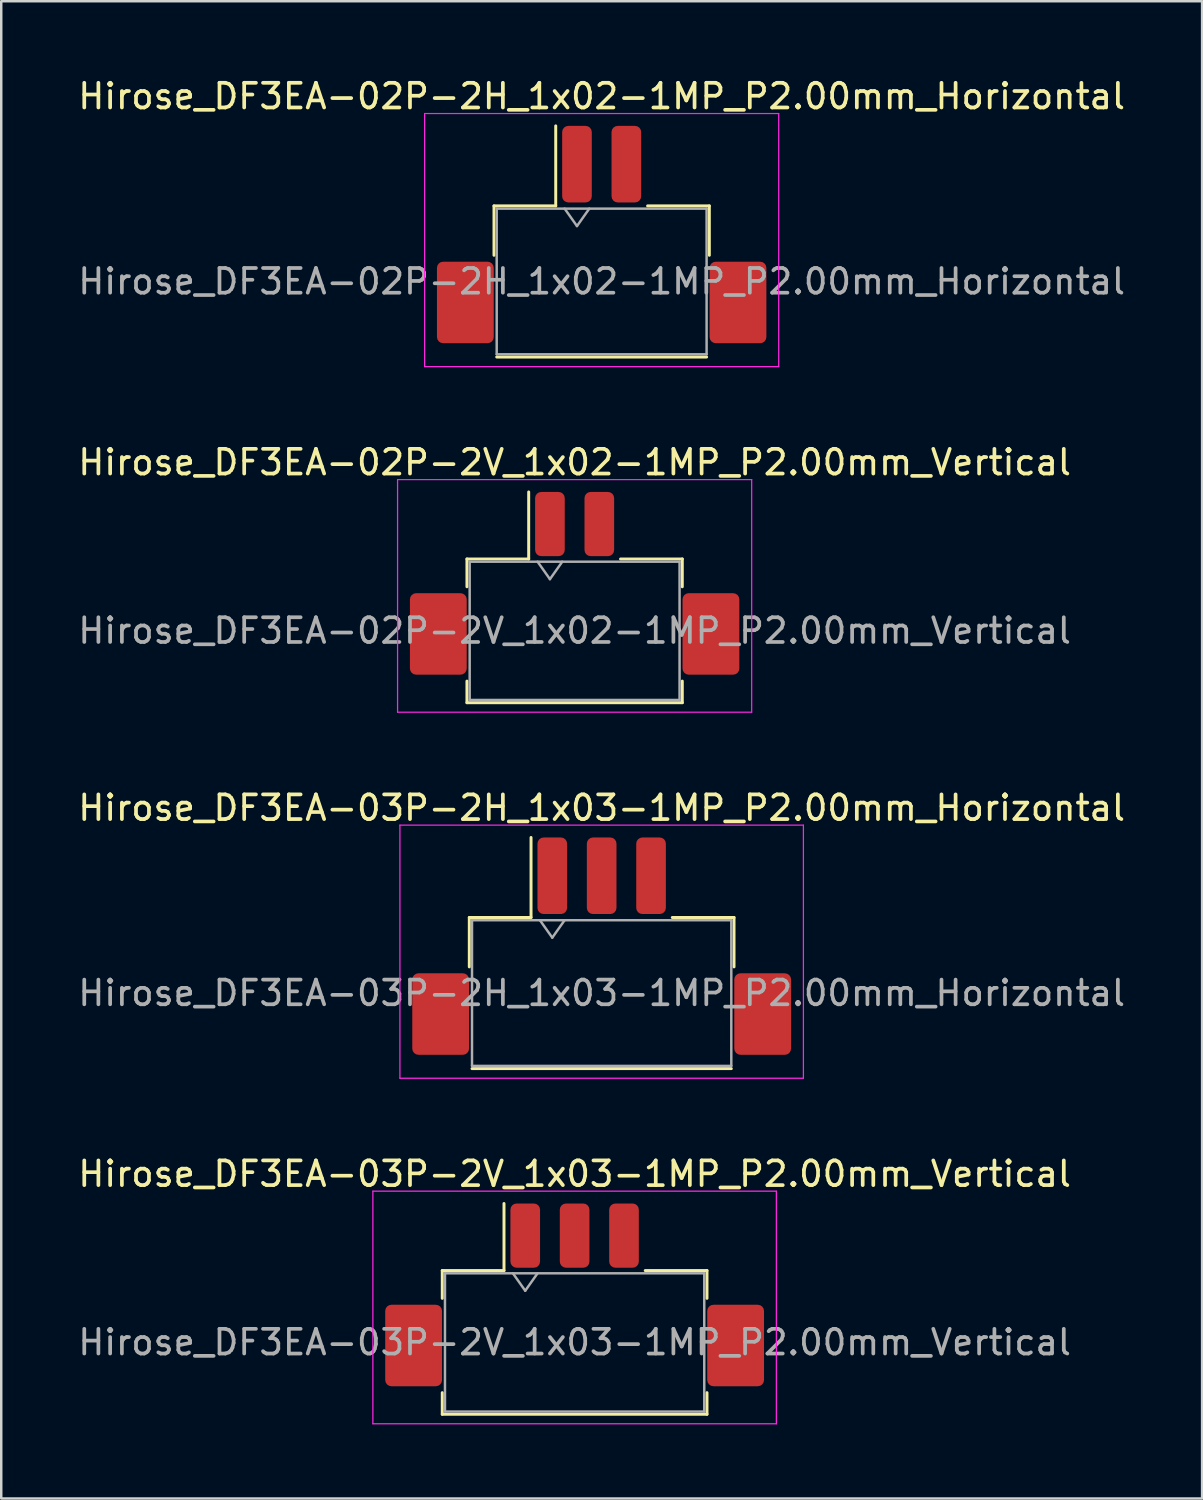
<source format=kicad_pcb>
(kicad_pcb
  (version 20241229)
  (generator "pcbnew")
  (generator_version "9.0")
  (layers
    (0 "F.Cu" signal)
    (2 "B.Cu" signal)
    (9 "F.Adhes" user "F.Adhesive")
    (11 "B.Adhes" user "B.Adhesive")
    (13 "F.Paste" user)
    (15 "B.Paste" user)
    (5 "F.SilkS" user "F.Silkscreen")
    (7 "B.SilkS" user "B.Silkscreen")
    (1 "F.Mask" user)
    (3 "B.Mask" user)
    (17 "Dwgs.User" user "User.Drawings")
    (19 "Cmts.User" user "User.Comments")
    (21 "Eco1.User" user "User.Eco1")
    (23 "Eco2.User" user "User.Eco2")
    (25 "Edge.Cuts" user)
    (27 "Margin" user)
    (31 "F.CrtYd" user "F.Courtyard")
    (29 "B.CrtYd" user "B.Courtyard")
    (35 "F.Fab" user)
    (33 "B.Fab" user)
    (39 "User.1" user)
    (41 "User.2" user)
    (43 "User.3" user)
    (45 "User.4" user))
  (footprint "Hirose_DF3EA-03P-2V_1x03-1MP_P2.00mm_Vertical"
    (layer "F.Cu")
    (at 20.22 49.388)
    (property "Reference" "Hirose_DF3EA-03P-2V_1x03-1MP_P2.00mm_Vertical" (at 0 -4.9 0) (layer "F.SilkS") (effects (font (size 1 1) (thickness 0.15))))
    (attr smd)
    (fp_line (start -5.36 -0.985) (end -2.86 -0.985) (stroke (width 0.12) (type solid)) (layer "F.SilkS"))
    (fp_line (start -5.36 0.14) (end -5.36 -0.985) (stroke (width 0.12) (type solid)) (layer "F.SilkS"))
    (fp_line (start -5.36 3.96) (end -5.36 4.835) (stroke (width 0.12) (type solid)) (layer "F.SilkS"))
    (fp_line (start -5.36 4.835) (end 5.36 4.835) (stroke (width 0.12) (type solid)) (layer "F.SilkS"))
    (fp_line (start -2.86 -0.985) (end -2.86 -3.7) (stroke (width 0.12) (type solid)) (layer "F.SilkS"))
    (fp_line (start 5.36 -0.985) (end 2.86 -0.985) (stroke (width 0.12) (type solid)) (layer "F.SilkS"))
    (fp_line (start 5.36 0.14) (end 5.36 -0.985) (stroke (width 0.12) (type solid)) (layer "F.SilkS"))
    (fp_line (start 5.36 4.835) (end 5.36 3.96) (stroke (width 0.12) (type solid)) (layer "F.SilkS"))
    (fp_line (start -8.17 -4.2) (end -8.17 5.22) (stroke (width 0.05) (type solid)) (layer "F.CrtYd"))
    (fp_line (start -8.17 5.22) (end 8.17 5.22) (stroke (width 0.05) (type solid)) (layer "F.CrtYd"))
    (fp_line (start 8.17 -4.2) (end -8.17 -4.2) (stroke (width 0.05) (type solid)) (layer "F.CrtYd"))
    (fp_line (start 8.17 5.22) (end 8.17 -4.2) (stroke (width 0.05) (type solid)) (layer "F.CrtYd"))
    (fp_line (start -5.25 -0.875) (end -5.25 4.725) (stroke (width 0.1) (type solid)) (layer "F.Fab"))
    (fp_line (start -5.25 -0.875) (end 5.25 -0.875) (stroke (width 0.1) (type solid)) (layer "F.Fab"))
    (fp_line (start -5.25 4.725) (end 5.25 4.725) (stroke (width 0.1) (type solid)) (layer "F.Fab"))
    (fp_line (start -2.5 -0.875) (end -2 -0.168) (stroke (width 0.1) (type solid)) (layer "F.Fab"))
    (fp_line (start -2 -0.168) (end -1.5 -0.875) (stroke (width 0.1) (type solid)) (layer "F.Fab"))
    (fp_line (start 5.25 -0.875) (end 5.25 4.725) (stroke (width 0.1) (type solid)) (layer "F.Fab"))
    (fp_text user "${REFERENCE}" (at 0 1.92 0) (layer "F.Fab") (effects (font (size 1 1) (thickness 0.15))))
    (pad "1" smd roundrect (at -2 -2.4) (size 1.2 2.6) (layers "F.Cu" "F.Mask" "F.Paste") (roundrect_rratio 0.208))
    (pad "2" smd roundrect (at 0 -2.4) (size 1.2 2.6) (layers "F.Cu" "F.Mask" "F.Paste") (roundrect_rratio 0.208))
    (pad "3" smd roundrect (at 2 -2.4) (size 1.2 2.6) (layers "F.Cu" "F.Mask" "F.Paste") (roundrect_rratio 0.208))
    (pad "MP" smd roundrect (at -6.52 2.05) (size 2.3 3.3) (layers "F.Cu" "F.Mask" "F.Paste") (roundrect_rratio 0.109))
    (pad "MP" smd roundrect (at 6.52 2.05) (size 2.3 3.3) (layers "F.Cu" "F.Mask" "F.Paste") (roundrect_rratio 0.109)))
  (footprint "Hirose_DF3EA-02P-2V_1x02-1MP_P2.00mm_Vertical"
    (layer "F.Cu")
    (at 20.22 20.572)
    (property "Reference" "Hirose_DF3EA-02P-2V_1x02-1MP_P2.00mm_Vertical" (at 0 -4.9 0) (layer "F.SilkS") (effects (font (size 1 1) (thickness 0.15))))
    (attr smd)
    (fp_line (start -4.36 -0.985) (end -1.86 -0.985) (stroke (width 0.12) (type solid)) (layer "F.SilkS"))
    (fp_line (start -4.36 0.14) (end -4.36 -0.985) (stroke (width 0.12) (type solid)) (layer "F.SilkS"))
    (fp_line (start -4.36 3.96) (end -4.36 4.835) (stroke (width 0.12) (type solid)) (layer "F.SilkS"))
    (fp_line (start -4.36 4.835) (end 4.36 4.835) (stroke (width 0.12) (type solid)) (layer "F.SilkS"))
    (fp_line (start -1.86 -0.985) (end -1.86 -3.7) (stroke (width 0.12) (type solid)) (layer "F.SilkS"))
    (fp_line (start 4.36 -0.985) (end 1.86 -0.985) (stroke (width 0.12) (type solid)) (layer "F.SilkS"))
    (fp_line (start 4.36 0.14) (end 4.36 -0.985) (stroke (width 0.12) (type solid)) (layer "F.SilkS"))
    (fp_line (start 4.36 4.835) (end 4.36 3.96) (stroke (width 0.12) (type solid)) (layer "F.SilkS"))
    (fp_line (start -7.17 -4.2) (end -7.17 5.22) (stroke (width 0.05) (type solid)) (layer "F.CrtYd"))
    (fp_line (start -7.17 5.22) (end 7.17 5.22) (stroke (width 0.05) (type solid)) (layer "F.CrtYd"))
    (fp_line (start 7.17 -4.2) (end -7.17 -4.2) (stroke (width 0.05) (type solid)) (layer "F.CrtYd"))
    (fp_line (start 7.17 5.22) (end 7.17 -4.2) (stroke (width 0.05) (type solid)) (layer "F.CrtYd"))
    (fp_line (start -4.25 -0.875) (end -4.25 4.725) (stroke (width 0.1) (type solid)) (layer "F.Fab"))
    (fp_line (start -4.25 -0.875) (end 4.25 -0.875) (stroke (width 0.1) (type solid)) (layer "F.Fab"))
    (fp_line (start -4.25 4.725) (end 4.25 4.725) (stroke (width 0.1) (type solid)) (layer "F.Fab"))
    (fp_line (start -1.5 -0.875) (end -1 -0.168) (stroke (width 0.1) (type solid)) (layer "F.Fab"))
    (fp_line (start -1 -0.168) (end -0.5 -0.875) (stroke (width 0.1) (type solid)) (layer "F.Fab"))
    (fp_line (start 4.25 -0.875) (end 4.25 4.725) (stroke (width 0.1) (type solid)) (layer "F.Fab"))
    (fp_text user "${REFERENCE}" (at 0 1.92 0) (layer "F.Fab") (effects (font (size 1 1) (thickness 0.15))))
    (pad "1" smd roundrect (at -1 -2.4) (size 1.2 2.6) (layers "F.Cu" "F.Mask" "F.Paste") (roundrect_rratio 0.208))
    (pad "2" smd roundrect (at 1 -2.4) (size 1.2 2.6) (layers "F.Cu" "F.Mask" "F.Paste") (roundrect_rratio 0.208))
    (pad "MP" smd roundrect (at -5.52 2.05) (size 2.3 3.3) (layers "F.Cu" "F.Mask" "F.Paste") (roundrect_rratio 0.109))
    (pad "MP" smd roundrect (at 5.52 2.05) (size 2.3 3.3) (layers "F.Cu" "F.Mask" "F.Paste") (roundrect_rratio 0.109)))
  (footprint "Hirose_DF3EA-03P-2H_1x03-1MP_P2.00mm_Horizontal"
    (layer "F.Cu")
    (at 21.315 35.265)
    (property "Reference" "Hirose_DF3EA-03P-2H_1x03-1MP_P2.00mm_Horizontal" (at 0 -5.6 0) (layer "F.SilkS") (effects (font (size 1 1) (thickness 0.15))))
    (attr smd)
    (fp_line (start -5.36 -1.16) (end -2.86 -1.16) (stroke (width 0.12) (type solid)) (layer "F.SilkS"))
    (fp_line (start -5.36 0.84) (end -5.36 -1.16) (stroke (width 0.12) (type solid)) (layer "F.SilkS"))
    (fp_line (start -5.25 4.96) (end 5.25 4.96) (stroke (width 0.12) (type solid)) (layer "F.SilkS"))
    (fp_line (start -2.86 -1.16) (end -2.86 -4.4) (stroke (width 0.12) (type solid)) (layer "F.SilkS"))
    (fp_line (start 5.36 -1.16) (end 2.86 -1.16) (stroke (width 0.12) (type solid)) (layer "F.SilkS"))
    (fp_line (start 5.36 0.84) (end 5.36 -1.16) (stroke (width 0.12) (type solid)) (layer "F.SilkS"))
    (fp_line (start -8.17 -4.9) (end -8.17 5.35) (stroke (width 0.05) (type solid)) (layer "F.CrtYd"))
    (fp_line (start -8.17 5.35) (end 8.17 5.35) (stroke (width 0.05) (type solid)) (layer "F.CrtYd"))
    (fp_line (start 8.17 -4.9) (end -8.17 -4.9) (stroke (width 0.05) (type solid)) (layer "F.CrtYd"))
    (fp_line (start 8.17 5.35) (end 8.17 -4.9) (stroke (width 0.05) (type solid)) (layer "F.CrtYd"))
    (fp_line (start -5.25 -1.05) (end -5.25 4.85) (stroke (width 0.1) (type solid)) (layer "F.Fab"))
    (fp_line (start -5.25 -1.05) (end 5.25 -1.05) (stroke (width 0.1) (type solid)) (layer "F.Fab"))
    (fp_line (start -5.25 4.85) (end 5.25 4.85) (stroke (width 0.1) (type solid)) (layer "F.Fab"))
    (fp_line (start -2.5 -1.05) (end -2 -0.343) (stroke (width 0.1) (type solid)) (layer "F.Fab"))
    (fp_line (start -2 -0.343) (end -1.5 -1.05) (stroke (width 0.1) (type solid)) (layer "F.Fab"))
    (fp_line (start 5.25 -1.05) (end 5.25 4.85) (stroke (width 0.1) (type solid)) (layer "F.Fab"))
    (fp_text user "${REFERENCE}" (at 0 1.9 0) (layer "F.Fab") (effects (font (size 1 1) (thickness 0.15))))
    (pad "1" smd roundrect (at -2 -2.85) (size 1.2 3.1) (layers "F.Cu" "F.Mask" "F.Paste") (roundrect_rratio 0.208))
    (pad "2" smd roundrect (at 0 -2.85) (size 1.2 3.1) (layers "F.Cu" "F.Mask" "F.Paste") (roundrect_rratio 0.208))
    (pad "3" smd roundrect (at 2 -2.85) (size 1.2 3.1) (layers "F.Cu" "F.Mask" "F.Paste") (roundrect_rratio 0.208))
    (pad "MP" smd roundrect (at -6.52 2.75) (size 2.3 3.3) (layers "F.Cu" "F.Mask" "F.Paste") (roundrect_rratio 0.109))
    (pad "MP" smd roundrect (at 6.52 2.75) (size 2.3 3.3) (layers "F.Cu" "F.Mask" "F.Paste") (roundrect_rratio 0.109)))
  (footprint "Hirose_DF3EA-02P-2H_1x02-1MP_P2.00mm_Horizontal"
    (layer "F.Cu")
    (at 21.315 6.448)
    (property "Reference" "Hirose_DF3EA-02P-2H_1x02-1MP_P2.00mm_Horizontal" (at 0 -5.6 0) (layer "F.SilkS") (effects (font (size 1 1) (thickness 0.15))))
    (attr smd)
    (fp_line (start -4.36 -1.16) (end -1.86 -1.16) (stroke (width 0.12) (type solid)) (layer "F.SilkS"))
    (fp_line (start -4.36 0.84) (end -4.36 -1.16) (stroke (width 0.12) (type solid)) (layer "F.SilkS"))
    (fp_line (start -4.25 4.96) (end 4.25 4.96) (stroke (width 0.12) (type solid)) (layer "F.SilkS"))
    (fp_line (start -1.86 -1.16) (end -1.86 -4.4) (stroke (width 0.12) (type solid)) (layer "F.SilkS"))
    (fp_line (start 4.36 -1.16) (end 1.86 -1.16) (stroke (width 0.12) (type solid)) (layer "F.SilkS"))
    (fp_line (start 4.36 0.84) (end 4.36 -1.16) (stroke (width 0.12) (type solid)) (layer "F.SilkS"))
    (fp_line (start -7.17 -4.9) (end -7.17 5.35) (stroke (width 0.05) (type solid)) (layer "F.CrtYd"))
    (fp_line (start -7.17 5.35) (end 7.17 5.35) (stroke (width 0.05) (type solid)) (layer "F.CrtYd"))
    (fp_line (start 7.17 -4.9) (end -7.17 -4.9) (stroke (width 0.05) (type solid)) (layer "F.CrtYd"))
    (fp_line (start 7.17 5.35) (end 7.17 -4.9) (stroke (width 0.05) (type solid)) (layer "F.CrtYd"))
    (fp_line (start -4.25 -1.05) (end -4.25 4.85) (stroke (width 0.1) (type solid)) (layer "F.Fab"))
    (fp_line (start -4.25 -1.05) (end 4.25 -1.05) (stroke (width 0.1) (type solid)) (layer "F.Fab"))
    (fp_line (start -4.25 4.85) (end 4.25 4.85) (stroke (width 0.1) (type solid)) (layer "F.Fab"))
    (fp_line (start -1.5 -1.05) (end -1 -0.343) (stroke (width 0.1) (type solid)) (layer "F.Fab"))
    (fp_line (start -1 -0.343) (end -0.5 -1.05) (stroke (width 0.1) (type solid)) (layer "F.Fab"))
    (fp_line (start 4.25 -1.05) (end 4.25 4.85) (stroke (width 0.1) (type solid)) (layer "F.Fab"))
    (fp_text user "${REFERENCE}" (at 0 1.9 0) (layer "F.Fab") (effects (font (size 1 1) (thickness 0.15))))
    (pad "1" smd roundrect (at -1 -2.85) (size 1.2 3.1) (layers "F.Cu" "F.Mask" "F.Paste") (roundrect_rratio 0.208))
    (pad "2" smd roundrect (at 1 -2.85) (size 1.2 3.1) (layers "F.Cu" "F.Mask" "F.Paste") (roundrect_rratio 0.208))
    (pad "MP" smd roundrect (at -5.52 2.75) (size 2.3 3.3) (layers "F.Cu" "F.Mask" "F.Paste") (roundrect_rratio 0.109))
    (pad "MP" smd roundrect (at 5.52 2.75) (size 2.3 3.3) (layers "F.Cu" "F.Mask" "F.Paste") (roundrect_rratio 0.109)))
  (gr_rect
    (start -3 -3)
    (end 45.631 57.633)
    (stroke (width 0.1) (type default))
    (fill no)
    (layer "Edge.Cuts")))
</source>
